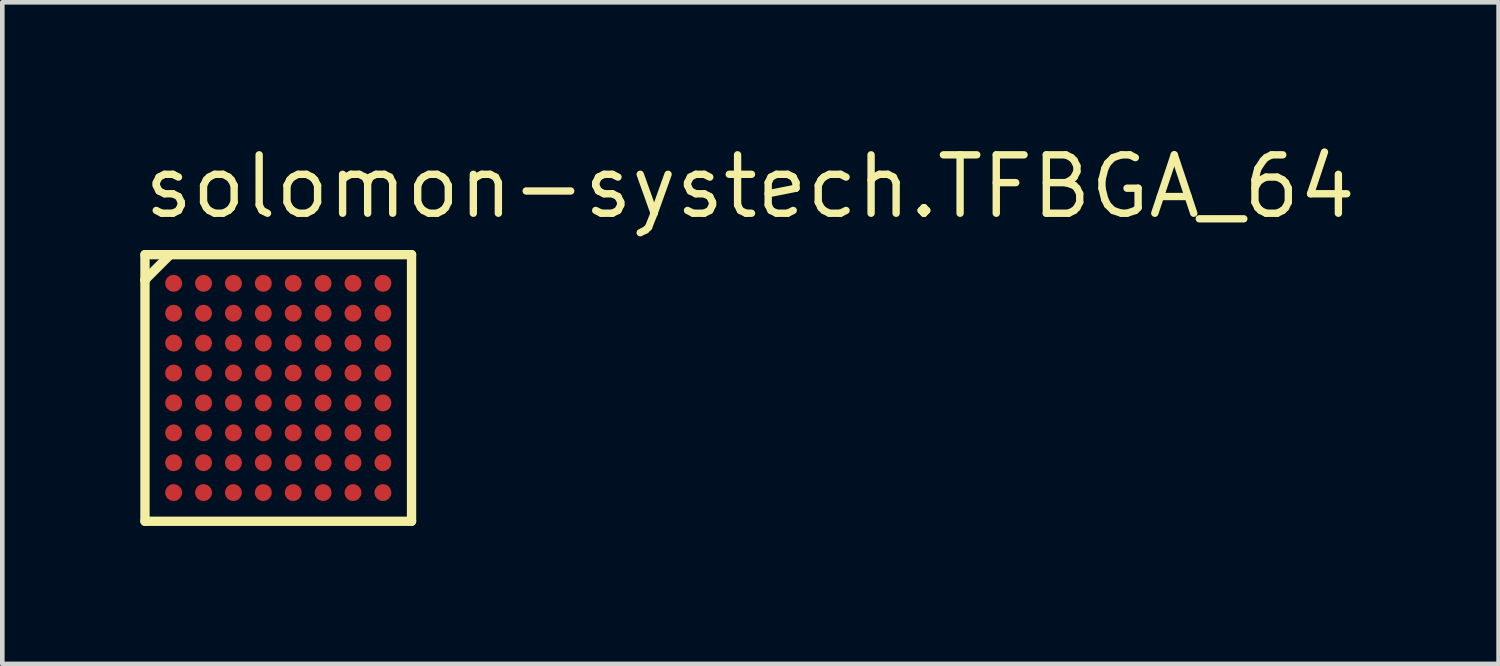
<source format=kicad_pcb>
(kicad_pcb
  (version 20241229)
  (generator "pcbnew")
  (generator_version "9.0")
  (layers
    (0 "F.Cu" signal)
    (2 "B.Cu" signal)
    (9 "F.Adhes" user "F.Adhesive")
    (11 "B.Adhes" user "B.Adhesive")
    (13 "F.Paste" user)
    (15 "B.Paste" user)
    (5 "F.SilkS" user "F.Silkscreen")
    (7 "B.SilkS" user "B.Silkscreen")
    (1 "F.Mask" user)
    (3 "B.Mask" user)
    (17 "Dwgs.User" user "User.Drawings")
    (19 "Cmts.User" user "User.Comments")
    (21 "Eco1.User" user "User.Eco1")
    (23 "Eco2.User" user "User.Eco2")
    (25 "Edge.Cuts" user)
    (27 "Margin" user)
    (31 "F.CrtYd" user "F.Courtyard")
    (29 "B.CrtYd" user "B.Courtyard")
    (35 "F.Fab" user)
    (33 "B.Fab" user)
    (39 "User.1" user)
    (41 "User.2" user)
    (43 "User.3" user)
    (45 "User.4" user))
  (footprint "solomon-systech.TFBGA_64"
    (layer "F.Cu")
    (at 3 5.385)
    (property "Reference" "solomon-systech.TFBGA_64" (at -3 -3.635 0) (layer "F.SilkS") (effects (font (size 1.27 1.27) (thickness 0.16)) (justify left bottom)))
    (attr smd)
    (fp_circle (center -2.275 -2.275) (end -2.09 -2.275) (stroke (width 0.1) (type default)) (fill no) (layer "F.Mask"))
    (fp_circle (center -2.275 -1.625) (end -2.09 -1.625) (stroke (width 0.1) (type default)) (fill no) (layer "F.Mask"))
    (fp_circle (center -2.275 -0.975) (end -2.09 -0.975) (stroke (width 0.1) (type default)) (fill no) (layer "F.Mask"))
    (fp_circle (center -2.275 -0.325) (end -2.09 -0.325) (stroke (width 0.1) (type default)) (fill no) (layer "F.Mask"))
    (fp_circle (center -2.275 0.325) (end -2.09 0.325) (stroke (width 0.1) (type default)) (fill no) (layer "F.Mask"))
    (fp_circle (center -2.275 0.975) (end -2.09 0.975) (stroke (width 0.1) (type default)) (fill no) (layer "F.Mask"))
    (fp_circle (center -2.275 1.625) (end -2.09 1.625) (stroke (width 0.1) (type default)) (fill no) (layer "F.Mask"))
    (fp_circle (center -2.275 2.275) (end -2.09 2.275) (stroke (width 0.1) (type default)) (fill no) (layer "F.Mask"))
    (fp_circle (center -1.625 -2.275) (end -1.44 -2.275) (stroke (width 0.1) (type default)) (fill no) (layer "F.Mask"))
    (fp_circle (center -1.625 -1.625) (end -1.44 -1.625) (stroke (width 0.1) (type default)) (fill no) (layer "F.Mask"))
    (fp_circle (center -1.625 -0.975) (end -1.44 -0.975) (stroke (width 0.1) (type default)) (fill no) (layer "F.Mask"))
    (fp_circle (center -1.625 -0.325) (end -1.44 -0.325) (stroke (width 0.1) (type default)) (fill no) (layer "F.Mask"))
    (fp_circle (center -1.625 0.325) (end -1.44 0.325) (stroke (width 0.1) (type default)) (fill no) (layer "F.Mask"))
    (fp_circle (center -1.625 0.975) (end -1.44 0.975) (stroke (width 0.1) (type default)) (fill no) (layer "F.Mask"))
    (fp_circle (center -1.625 1.625) (end -1.44 1.625) (stroke (width 0.1) (type default)) (fill no) (layer "F.Mask"))
    (fp_circle (center -1.625 2.275) (end -1.44 2.275) (stroke (width 0.1) (type default)) (fill no) (layer "F.Mask"))
    (fp_circle (center -0.975 -2.275) (end -0.79 -2.275) (stroke (width 0.1) (type default)) (fill no) (layer "F.Mask"))
    (fp_circle (center -0.975 -1.625) (end -0.79 -1.625) (stroke (width 0.1) (type default)) (fill no) (layer "F.Mask"))
    (fp_circle (center -0.975 -0.975) (end -0.79 -0.975) (stroke (width 0.1) (type default)) (fill no) (layer "F.Mask"))
    (fp_circle (center -0.975 -0.325) (end -0.79 -0.325) (stroke (width 0.1) (type default)) (fill no) (layer "F.Mask"))
    (fp_circle (center -0.975 0.325) (end -0.79 0.325) (stroke (width 0.1) (type default)) (fill no) (layer "F.Mask"))
    (fp_circle (center -0.975 0.975) (end -0.79 0.975) (stroke (width 0.1) (type default)) (fill no) (layer "F.Mask"))
    (fp_circle (center -0.975 1.625) (end -0.79 1.625) (stroke (width 0.1) (type default)) (fill no) (layer "F.Mask"))
    (fp_circle (center -0.975 2.275) (end -0.79 2.275) (stroke (width 0.1) (type default)) (fill no) (layer "F.Mask"))
    (fp_circle (center -0.325 -2.275) (end -0.14 -2.275) (stroke (width 0.1) (type default)) (fill no) (layer "F.Mask"))
    (fp_circle (center -0.325 -1.625) (end -0.14 -1.625) (stroke (width 0.1) (type default)) (fill no) (layer "F.Mask"))
    (fp_circle (center -0.325 -0.975) (end -0.14 -0.975) (stroke (width 0.1) (type default)) (fill no) (layer "F.Mask"))
    (fp_circle (center -0.325 -0.325) (end -0.14 -0.325) (stroke (width 0.1) (type default)) (fill no) (layer "F.Mask"))
    (fp_circle (center -0.325 0.325) (end -0.14 0.325) (stroke (width 0.1) (type default)) (fill no) (layer "F.Mask"))
    (fp_circle (center -0.325 0.975) (end -0.14 0.975) (stroke (width 0.1) (type default)) (fill no) (layer "F.Mask"))
    (fp_circle (center -0.325 1.625) (end -0.14 1.625) (stroke (width 0.1) (type default)) (fill no) (layer "F.Mask"))
    (fp_circle (center -0.325 2.275) (end -0.14 2.275) (stroke (width 0.1) (type default)) (fill no) (layer "F.Mask"))
    (fp_circle (center 0.325 -2.275) (end 0.51 -2.275) (stroke (width 0.1) (type default)) (fill no) (layer "F.Mask"))
    (fp_circle (center 0.325 -1.625) (end 0.51 -1.625) (stroke (width 0.1) (type default)) (fill no) (layer "F.Mask"))
    (fp_circle (center 0.325 -0.975) (end 0.51 -0.975) (stroke (width 0.1) (type default)) (fill no) (layer "F.Mask"))
    (fp_circle (center 0.325 -0.325) (end 0.51 -0.325) (stroke (width 0.1) (type default)) (fill no) (layer "F.Mask"))
    (fp_circle (center 0.325 0.325) (end 0.51 0.325) (stroke (width 0.1) (type default)) (fill no) (layer "F.Mask"))
    (fp_circle (center 0.325 0.975) (end 0.51 0.975) (stroke (width 0.1) (type default)) (fill no) (layer "F.Mask"))
    (fp_circle (center 0.325 1.625) (end 0.51 1.625) (stroke (width 0.1) (type default)) (fill no) (layer "F.Mask"))
    (fp_circle (center 0.325 2.275) (end 0.51 2.275) (stroke (width 0.1) (type default)) (fill no) (layer "F.Mask"))
    (fp_circle (center 0.975 -2.275) (end 1.16 -2.275) (stroke (width 0.1) (type default)) (fill no) (layer "F.Mask"))
    (fp_circle (center 0.975 -1.625) (end 1.16 -1.625) (stroke (width 0.1) (type default)) (fill no) (layer "F.Mask"))
    (fp_circle (center 0.975 -0.975) (end 1.16 -0.975) (stroke (width 0.1) (type default)) (fill no) (layer "F.Mask"))
    (fp_circle (center 0.975 -0.325) (end 1.16 -0.325) (stroke (width 0.1) (type default)) (fill no) (layer "F.Mask"))
    (fp_circle (center 0.975 0.325) (end 1.16 0.325) (stroke (width 0.1) (type default)) (fill no) (layer "F.Mask"))
    (fp_circle (center 0.975 0.975) (end 1.16 0.975) (stroke (width 0.1) (type default)) (fill no) (layer "F.Mask"))
    (fp_circle (center 0.975 1.625) (end 1.16 1.625) (stroke (width 0.1) (type default)) (fill no) (layer "F.Mask"))
    (fp_circle (center 0.975 2.275) (end 1.16 2.275) (stroke (width 0.1) (type default)) (fill no) (layer "F.Mask"))
    (fp_circle (center 1.625 -2.275) (end 1.81 -2.275) (stroke (width 0.1) (type default)) (fill no) (layer "F.Mask"))
    (fp_circle (center 1.625 -1.625) (end 1.81 -1.625) (stroke (width 0.1) (type default)) (fill no) (layer "F.Mask"))
    (fp_circle (center 1.625 -0.975) (end 1.81 -0.975) (stroke (width 0.1) (type default)) (fill no) (layer "F.Mask"))
    (fp_circle (center 1.625 -0.325) (end 1.81 -0.325) (stroke (width 0.1) (type default)) (fill no) (layer "F.Mask"))
    (fp_circle (center 1.625 0.325) (end 1.81 0.325) (stroke (width 0.1) (type default)) (fill no) (layer "F.Mask"))
    (fp_circle (center 1.625 0.975) (end 1.81 0.975) (stroke (width 0.1) (type default)) (fill no) (layer "F.Mask"))
    (fp_circle (center 1.625 1.625) (end 1.81 1.625) (stroke (width 0.1) (type default)) (fill no) (layer "F.Mask"))
    (fp_circle (center 1.625 2.275) (end 1.81 2.275) (stroke (width 0.1) (type default)) (fill no) (layer "F.Mask"))
    (fp_circle (center 2.275 -2.275) (end 2.46 -2.275) (stroke (width 0.1) (type default)) (fill no) (layer "F.Mask"))
    (fp_circle (center 2.275 -1.625) (end 2.46 -1.625) (stroke (width 0.1) (type default)) (fill no) (layer "F.Mask"))
    (fp_circle (center 2.275 -0.975) (end 2.46 -0.975) (stroke (width 0.1) (type default)) (fill no) (layer "F.Mask"))
    (fp_circle (center 2.275 -0.325) (end 2.46 -0.325) (stroke (width 0.1) (type default)) (fill no) (layer "F.Mask"))
    (fp_circle (center 2.275 0.325) (end 2.46 0.325) (stroke (width 0.1) (type default)) (fill no) (layer "F.Mask"))
    (fp_circle (center 2.275 0.975) (end 2.46 0.975) (stroke (width 0.1) (type default)) (fill no) (layer "F.Mask"))
    (fp_circle (center 2.275 1.625) (end 2.46 1.625) (stroke (width 0.1) (type default)) (fill no) (layer "F.Mask"))
    (fp_circle (center 2.275 2.275) (end 2.46 2.275) (stroke (width 0.1) (type default)) (fill no) (layer "F.Mask"))
    (fp_line (start -2.898 -2.898) (end -2.898 -2.35) (stroke (width 0.203) (type default)) (layer "F.SilkS"))
    (fp_line (start -2.898 -2.35) (end -2.898 2.898) (stroke (width 0.203) (type default)) (layer "F.SilkS"))
    (fp_line (start -2.898 -2.35) (end -2.35 -2.898) (stroke (width 0.203) (type default)) (layer "F.SilkS"))
    (fp_line (start -2.898 2.898) (end 2.898 2.898) (stroke (width 0.203) (type default)) (layer "F.SilkS"))
    (fp_line (start -2.35 -2.898) (end -2.898 -2.898) (stroke (width 0.203) (type default)) (layer "F.SilkS"))
    (fp_line (start 2.898 -2.898) (end -2.35 -2.898) (stroke (width 0.203) (type default)) (layer "F.SilkS"))
    (fp_line (start 2.898 2.898) (end 2.898 -2.898) (stroke (width 0.203) (type default)) (layer "F.SilkS"))
    (pad "A1" smd roundrect (at -2.275 -2.275) (size 0.37 0.37) (layers "F.Cu" "F.Mask" "F.Paste") (roundrect_rratio 0.5))
    (pad "A2" smd roundrect (at -1.625 -2.275) (size 0.37 0.37) (layers "F.Cu" "F.Mask" "F.Paste") (roundrect_rratio 0.5))
    (pad "A3" smd roundrect (at -0.975 -2.275) (size 0.37 0.37) (layers "F.Cu" "F.Mask" "F.Paste") (roundrect_rratio 0.5))
    (pad "A4" smd roundrect (at -0.325 -2.275) (size 0.37 0.37) (layers "F.Cu" "F.Mask" "F.Paste") (roundrect_rratio 0.5))
    (pad "A5" smd roundrect (at 0.325 -2.275) (size 0.37 0.37) (layers "F.Cu" "F.Mask" "F.Paste") (roundrect_rratio 0.5))
    (pad "A6" smd roundrect (at 0.975 -2.275) (size 0.37 0.37) (layers "F.Cu" "F.Mask" "F.Paste") (roundrect_rratio 0.5))
    (pad "A7" smd roundrect (at 1.625 -2.275) (size 0.37 0.37) (layers "F.Cu" "F.Mask" "F.Paste") (roundrect_rratio 0.5))
    (pad "A8" smd roundrect (at 2.275 -2.275) (size 0.37 0.37) (layers "F.Cu" "F.Mask" "F.Paste") (roundrect_rratio 0.5))
    (pad "B1" smd roundrect (at -2.275 -1.625) (size 0.37 0.37) (layers "F.Cu" "F.Mask" "F.Paste") (roundrect_rratio 0.5))
    (pad "B2" smd roundrect (at -1.625 -1.625) (size 0.37 0.37) (layers "F.Cu" "F.Mask" "F.Paste") (roundrect_rratio 0.5))
    (pad "B3" smd roundrect (at -0.975 -1.625) (size 0.37 0.37) (layers "F.Cu" "F.Mask" "F.Paste") (roundrect_rratio 0.5))
    (pad "B4" smd roundrect (at -0.325 -1.625) (size 0.37 0.37) (layers "F.Cu" "F.Mask" "F.Paste") (roundrect_rratio 0.5))
    (pad "B5" smd roundrect (at 0.325 -1.625) (size 0.37 0.37) (layers "F.Cu" "F.Mask" "F.Paste") (roundrect_rratio 0.5))
    (pad "B6" smd roundrect (at 0.975 -1.625) (size 0.37 0.37) (layers "F.Cu" "F.Mask" "F.Paste") (roundrect_rratio 0.5))
    (pad "B7" smd roundrect (at 1.625 -1.625) (size 0.37 0.37) (layers "F.Cu" "F.Mask" "F.Paste") (roundrect_rratio 0.5))
    (pad "B8" smd roundrect (at 2.275 -1.625) (size 0.37 0.37) (layers "F.Cu" "F.Mask" "F.Paste") (roundrect_rratio 0.5))
    (pad "C1" smd roundrect (at -2.275 -0.975) (size 0.37 0.37) (layers "F.Cu" "F.Mask" "F.Paste") (roundrect_rratio 0.5))
    (pad "C2" smd roundrect (at -1.625 -0.975) (size 0.37 0.37) (layers "F.Cu" "F.Mask" "F.Paste") (roundrect_rratio 0.5))
    (pad "C3" smd roundrect (at -0.975 -0.975) (size 0.37 0.37) (layers "F.Cu" "F.Mask" "F.Paste") (roundrect_rratio 0.5))
    (pad "C4" smd roundrect (at -0.325 -0.975) (size 0.37 0.37) (layers "F.Cu" "F.Mask" "F.Paste") (roundrect_rratio 0.5))
    (pad "C5" smd roundrect (at 0.325 -0.975) (size 0.37 0.37) (layers "F.Cu" "F.Mask" "F.Paste") (roundrect_rratio 0.5))
    (pad "C6" smd roundrect (at 0.975 -0.975) (size 0.37 0.37) (layers "F.Cu" "F.Mask" "F.Paste") (roundrect_rratio 0.5))
    (pad "C7" smd roundrect (at 1.625 -0.975) (size 0.37 0.37) (layers "F.Cu" "F.Mask" "F.Paste") (roundrect_rratio 0.5))
    (pad "C8" smd roundrect (at 2.275 -0.975) (size 0.37 0.37) (layers "F.Cu" "F.Mask" "F.Paste") (roundrect_rratio 0.5))
    (pad "D1" smd roundrect (at -2.275 -0.325) (size 0.37 0.37) (layers "F.Cu" "F.Mask" "F.Paste") (roundrect_rratio 0.5))
    (pad "D2" smd roundrect (at -1.625 -0.325) (size 0.37 0.37) (layers "F.Cu" "F.Mask" "F.Paste") (roundrect_rratio 0.5))
    (pad "D3" smd roundrect (at -0.975 -0.325) (size 0.37 0.37) (layers "F.Cu" "F.Mask" "F.Paste") (roundrect_rratio 0.5))
    (pad "D4" smd roundrect (at -0.325 -0.325) (size 0.37 0.37) (layers "F.Cu" "F.Mask" "F.Paste") (roundrect_rratio 0.5))
    (pad "D5" smd roundrect (at 0.325 -0.325) (size 0.37 0.37) (layers "F.Cu" "F.Mask" "F.Paste") (roundrect_rratio 0.5))
    (pad "D6" smd roundrect (at 0.975 -0.325) (size 0.37 0.37) (layers "F.Cu" "F.Mask" "F.Paste") (roundrect_rratio 0.5))
    (pad "D7" smd roundrect (at 1.625 -0.325) (size 0.37 0.37) (layers "F.Cu" "F.Mask" "F.Paste") (roundrect_rratio 0.5))
    (pad "D8" smd roundrect (at 2.275 -0.325) (size 0.37 0.37) (layers "F.Cu" "F.Mask" "F.Paste") (roundrect_rratio 0.5))
    (pad "E1" smd roundrect (at -2.275 0.325) (size 0.37 0.37) (layers "F.Cu" "F.Mask" "F.Paste") (roundrect_rratio 0.5))
    (pad "E2" smd roundrect (at -1.625 0.325) (size 0.37 0.37) (layers "F.Cu" "F.Mask" "F.Paste") (roundrect_rratio 0.5))
    (pad "E3" smd roundrect (at -0.975 0.325) (size 0.37 0.37) (layers "F.Cu" "F.Mask" "F.Paste") (roundrect_rratio 0.5))
    (pad "E4" smd roundrect (at -0.325 0.325) (size 0.37 0.37) (layers "F.Cu" "F.Mask" "F.Paste") (roundrect_rratio 0.5))
    (pad "E5" smd roundrect (at 0.325 0.325) (size 0.37 0.37) (layers "F.Cu" "F.Mask" "F.Paste") (roundrect_rratio 0.5))
    (pad "E6" smd roundrect (at 0.975 0.325) (size 0.37 0.37) (layers "F.Cu" "F.Mask" "F.Paste") (roundrect_rratio 0.5))
    (pad "E7" smd roundrect (at 1.625 0.325) (size 0.37 0.37) (layers "F.Cu" "F.Mask" "F.Paste") (roundrect_rratio 0.5))
    (pad "E8" smd roundrect (at 2.275 0.325) (size 0.37 0.37) (layers "F.Cu" "F.Mask" "F.Paste") (roundrect_rratio 0.5))
    (pad "F1" smd roundrect (at -2.275 0.975) (size 0.37 0.37) (layers "F.Cu" "F.Mask" "F.Paste") (roundrect_rratio 0.5))
    (pad "F2" smd roundrect (at -1.625 0.975) (size 0.37 0.37) (layers "F.Cu" "F.Mask" "F.Paste") (roundrect_rratio 0.5))
    (pad "F3" smd roundrect (at -0.975 0.975) (size 0.37 0.37) (layers "F.Cu" "F.Mask" "F.Paste") (roundrect_rratio 0.5))
    (pad "F4" smd roundrect (at -0.325 0.975) (size 0.37 0.37) (layers "F.Cu" "F.Mask" "F.Paste") (roundrect_rratio 0.5))
    (pad "F5" smd roundrect (at 0.325 0.975) (size 0.37 0.37) (layers "F.Cu" "F.Mask" "F.Paste") (roundrect_rratio 0.5))
    (pad "F6" smd roundrect (at 0.975 0.975) (size 0.37 0.37) (layers "F.Cu" "F.Mask" "F.Paste") (roundrect_rratio 0.5))
    (pad "F7" smd roundrect (at 1.625 0.975) (size 0.37 0.37) (layers "F.Cu" "F.Mask" "F.Paste") (roundrect_rratio 0.5))
    (pad "F8" smd roundrect (at 2.275 0.975) (size 0.37 0.37) (layers "F.Cu" "F.Mask" "F.Paste") (roundrect_rratio 0.5))
    (pad "G1" smd roundrect (at -2.275 1.625) (size 0.37 0.37) (layers "F.Cu" "F.Mask" "F.Paste") (roundrect_rratio 0.5))
    (pad "G2" smd roundrect (at -1.625 1.625) (size 0.37 0.37) (layers "F.Cu" "F.Mask" "F.Paste") (roundrect_rratio 0.5))
    (pad "G3" smd roundrect (at -0.975 1.625) (size 0.37 0.37) (layers "F.Cu" "F.Mask" "F.Paste") (roundrect_rratio 0.5))
    (pad "G4" smd roundrect (at -0.325 1.625) (size 0.37 0.37) (layers "F.Cu" "F.Mask" "F.Paste") (roundrect_rratio 0.5))
    (pad "G5" smd roundrect (at 0.325 1.625) (size 0.37 0.37) (layers "F.Cu" "F.Mask" "F.Paste") (roundrect_rratio 0.5))
    (pad "G6" smd roundrect (at 0.975 1.625) (size 0.37 0.37) (layers "F.Cu" "F.Mask" "F.Paste") (roundrect_rratio 0.5))
    (pad "G7" smd roundrect (at 1.625 1.625) (size 0.37 0.37) (layers "F.Cu" "F.Mask" "F.Paste") (roundrect_rratio 0.5))
    (pad "G8" smd roundrect (at 2.275 1.625) (size 0.37 0.37) (layers "F.Cu" "F.Mask" "F.Paste") (roundrect_rratio 0.5))
    (pad "H1" smd roundrect (at -2.275 2.275) (size 0.37 0.37) (layers "F.Cu" "F.Mask" "F.Paste") (roundrect_rratio 0.5))
    (pad "H2" smd roundrect (at -1.625 2.275) (size 0.37 0.37) (layers "F.Cu" "F.Mask" "F.Paste") (roundrect_rratio 0.5))
    (pad "H3" smd roundrect (at -0.975 2.275) (size 0.37 0.37) (layers "F.Cu" "F.Mask" "F.Paste") (roundrect_rratio 0.5))
    (pad "H4" smd roundrect (at -0.325 2.275) (size 0.37 0.37) (layers "F.Cu" "F.Mask" "F.Paste") (roundrect_rratio 0.5))
    (pad "H5" smd roundrect (at 0.325 2.275) (size 0.37 0.37) (layers "F.Cu" "F.Mask" "F.Paste") (roundrect_rratio 0.5))
    (pad "H6" smd roundrect (at 0.975 2.275) (size 0.37 0.37) (layers "F.Cu" "F.Mask" "F.Paste") (roundrect_rratio 0.5))
    (pad "H7" smd roundrect (at 1.625 2.275) (size 0.37 0.37) (layers "F.Cu" "F.Mask" "F.Paste") (roundrect_rratio 0.5))
    (pad "H8" smd roundrect (at 2.275 2.275) (size 0.37 0.37) (layers "F.Cu" "F.Mask" "F.Paste") (roundrect_rratio 0.5)))
  (gr_rect
    (start -3 -3)
    (end 29.533 11.385)
    (stroke (width 0.1) (type default))
    (fill no)
    (layer "Edge.Cuts")))
</source>
